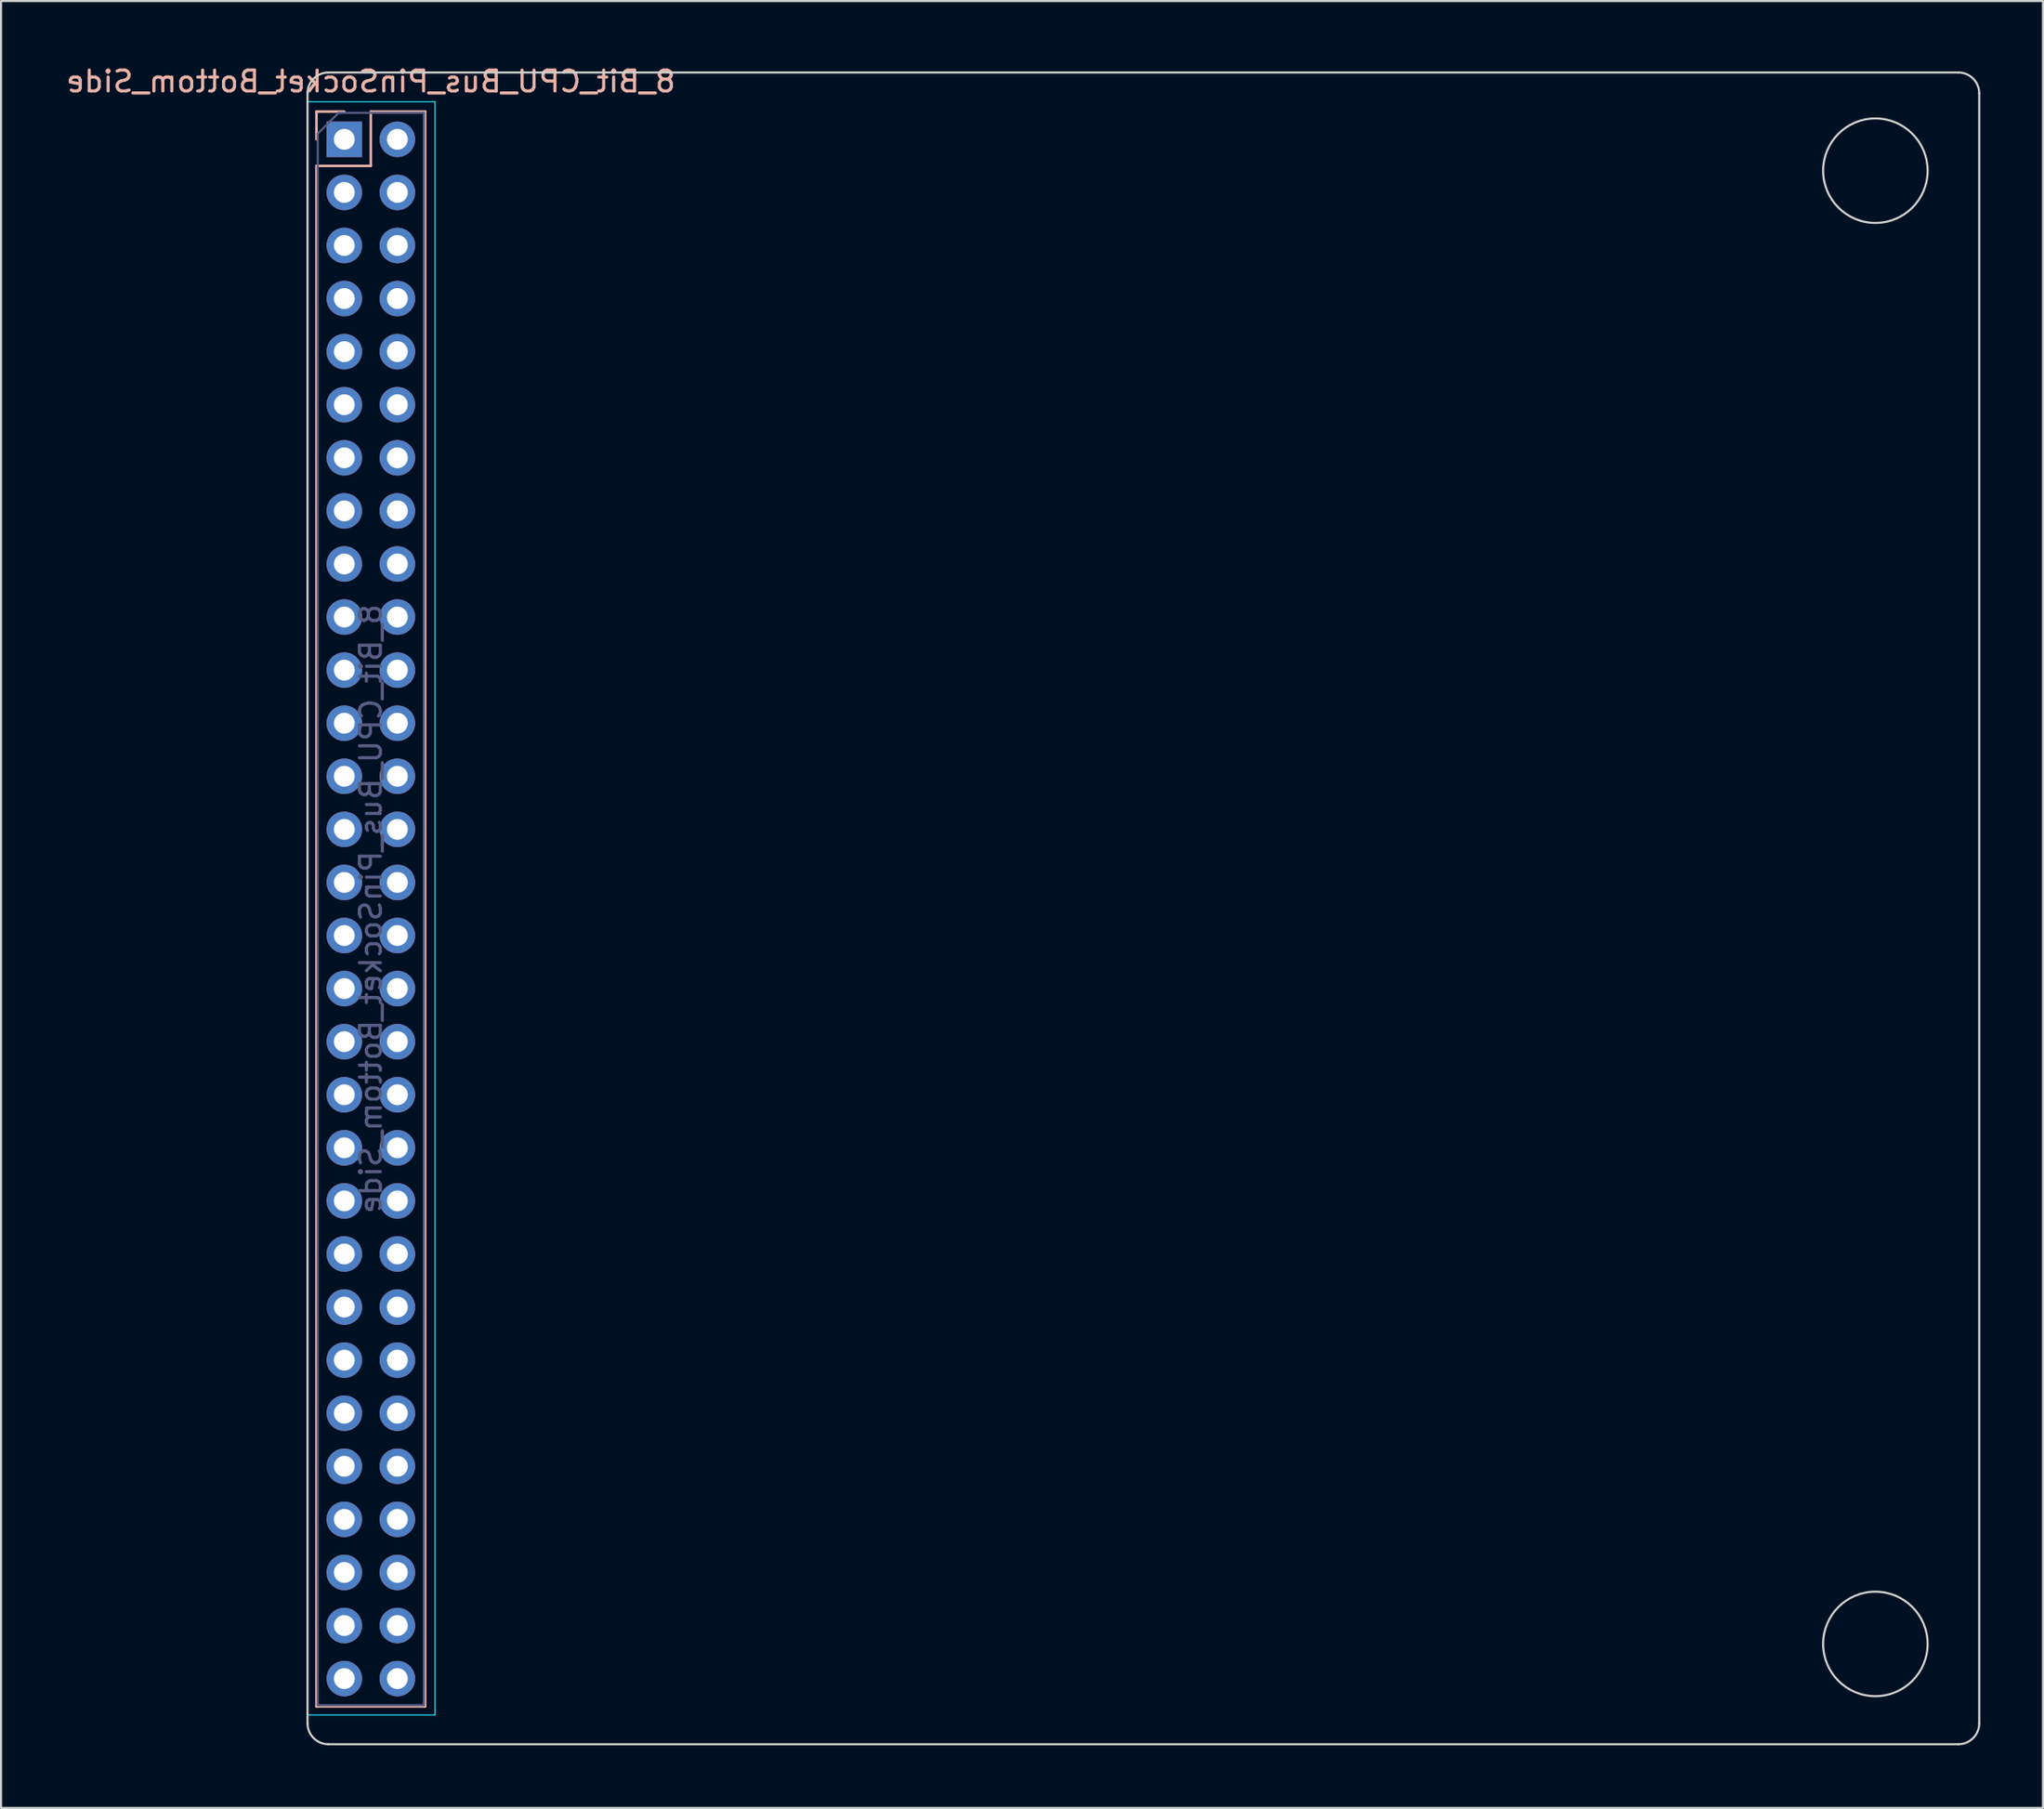
<source format=kicad_pcb>
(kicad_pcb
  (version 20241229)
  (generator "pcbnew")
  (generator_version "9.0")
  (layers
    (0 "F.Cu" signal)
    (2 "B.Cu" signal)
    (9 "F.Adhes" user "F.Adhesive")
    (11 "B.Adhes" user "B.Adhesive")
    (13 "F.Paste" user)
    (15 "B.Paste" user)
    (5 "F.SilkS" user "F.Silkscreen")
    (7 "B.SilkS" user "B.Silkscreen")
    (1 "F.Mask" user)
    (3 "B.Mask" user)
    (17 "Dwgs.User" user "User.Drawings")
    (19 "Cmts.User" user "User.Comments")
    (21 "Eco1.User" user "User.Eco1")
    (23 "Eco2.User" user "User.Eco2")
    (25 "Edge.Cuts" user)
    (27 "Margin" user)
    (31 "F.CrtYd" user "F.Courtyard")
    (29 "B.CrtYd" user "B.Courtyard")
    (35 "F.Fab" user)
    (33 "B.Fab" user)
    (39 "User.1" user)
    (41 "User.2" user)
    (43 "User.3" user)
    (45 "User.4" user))
  (footprint "8_Bit_CPU_Bus_PinSocket_Bottom_Side"
    (layer "F.Cu")
    (at 14.696 3.618)
    (property "Reference" "8_Bit_CPU_Bus_PinSocket_Bottom_Side" (at 0 -2.77 0) (layer "B.SilkS") (effects (font (size 1 1) (thickness 0.15)) (justify mirror)))
    (attr through_hole)
    (fp_line (start -2.6 -1.33) (end -1.27 -1.33) (stroke (width 0.12) (type solid)) (layer "B.SilkS"))
    (fp_line (start -2.6 0) (end -2.6 -1.33) (stroke (width 0.12) (type solid)) (layer "B.SilkS"))
    (fp_line (start -2.6 1.27) (end 0 1.27) (stroke (width 0.12) (type solid)) (layer "B.SilkS"))
    (fp_line (start -2.6 74.99) (end -2.6 1.27) (stroke (width 0.12) (type solid)) (layer "B.SilkS"))
    (fp_line (start -2.6 74.99) (end 2.6 74.99) (stroke (width 0.12) (type solid)) (layer "B.SilkS"))
    (fp_line (start 0 -1.33) (end 2.6 -1.33) (stroke (width 0.12) (type solid)) (layer "B.SilkS"))
    (fp_line (start 0 1.27) (end 0 -1.33) (stroke (width 0.12) (type solid)) (layer "B.SilkS"))
    (fp_line (start 2.6 74.99) (end 2.6 -1.33) (stroke (width 0.12) (type solid)) (layer "B.SilkS"))
    (fp_line (start -3.03 75.8) (end -3.03 -2.2) (stroke (width 0.1) (type default)) (layer "Edge.Cuts"))
    (fp_line (start -2.03 -3.2) (end 75.97 -3.2) (stroke (width 0.1) (type default)) (layer "Edge.Cuts"))
    (fp_line (start 75.97 76.8) (end -2.03 76.8) (stroke (width 0.1) (type default)) (layer "Edge.Cuts"))
    (fp_line (start 76.97 -2.2) (end 76.97 75.8) (stroke (width 0.1) (type default)) (layer "Edge.Cuts"))
    (fp_arc (start -3.03 -2.2) (mid -2.737107 -2.907107) (end -2.03 -3.2) (stroke (width 0.1) (type default)) (layer "Edge.Cuts"))
    (fp_arc (start -2.03 76.8) (mid -2.737107 76.507107) (end -3.03 75.8) (stroke (width 0.1) (type default)) (layer "Edge.Cuts"))
    (fp_arc (start 75.97 -3.2) (mid 76.677107 -2.907107) (end 76.97 -2.2) (stroke (width 0.1) (type default)) (layer "Edge.Cuts"))
    (fp_arc (start 76.97 75.8) (mid 76.677107 76.507107) (end 75.97 76.8) (stroke (width 0.1) (type default)) (layer "Edge.Cuts"))
    (fp_circle (center 72 1.5) (end 74.5 1.5) (stroke (width 0.1) (type default)) (fill no) (layer "Edge.Cuts"))
    (fp_circle (center 72 72) (end 74.5 72) (stroke (width 0.1) (type default)) (fill no) (layer "Edge.Cuts"))
    (fp_line (start -3.03 -1.8) (end 3.07 -1.8) (stroke (width 0.05) (type solid)) (layer "B.CrtYd"))
    (fp_line (start -3.03 75.4) (end -3.03 -1.8) (stroke (width 0.05) (type solid)) (layer "B.CrtYd"))
    (fp_line (start 3.07 -1.8) (end 3.07 75.4) (stroke (width 0.05) (type solid)) (layer "B.CrtYd"))
    (fp_line (start 3.07 75.4) (end -3.03 75.4) (stroke (width 0.05) (type solid)) (layer "B.CrtYd"))
    (fp_line (start -2.54 -0.27) (end -1.54 -1.27) (stroke (width 0.1) (type solid)) (layer "B.Fab"))
    (fp_line (start -2.54 74.93) (end -2.54 -0.27) (stroke (width 0.1) (type solid)) (layer "B.Fab"))
    (fp_line (start -1.54 -1.27) (end 2.54 -1.27) (stroke (width 0.1) (type solid)) (layer "B.Fab"))
    (fp_line (start 2.54 -1.27) (end 2.54 74.93) (stroke (width 0.1) (type solid)) (layer "B.Fab"))
    (fp_line (start 2.54 74.93) (end -2.54 74.93) (stroke (width 0.1) (type solid)) (layer "B.Fab"))
    (fp_text user "${REFERENCE}" (at 0 36.83 270) (layer "B.Fab") (effects (font (size 1 1) (thickness 0.15)) (justify mirror)))
    (pad "1" thru_hole rect (at -1.27 0) (size 1.7 1.7) (drill 1) (layers "*.Cu" "*.Mask"))
    (pad "2" thru_hole oval (at 1.27 0) (size 1.7 1.7) (drill 1) (layers "*.Cu" "*.Mask"))
    (pad "3" thru_hole oval (at -1.27 2.54) (size 1.7 1.7) (drill 1) (layers "*.Cu" "*.Mask"))
    (pad "4" thru_hole oval (at 1.27 2.54) (size 1.7 1.7) (drill 1) (layers "*.Cu" "*.Mask"))
    (pad "5" thru_hole oval (at -1.27 5.08) (size 1.7 1.7) (drill 1) (layers "*.Cu" "*.Mask"))
    (pad "6" thru_hole oval (at 1.27 5.08) (size 1.7 1.7) (drill 1) (layers "*.Cu" "*.Mask"))
    (pad "7" thru_hole oval (at -1.27 7.62) (size 1.7 1.7) (drill 1) (layers "*.Cu" "*.Mask"))
    (pad "8" thru_hole oval (at 1.27 7.62) (size 1.7 1.7) (drill 1) (layers "*.Cu" "*.Mask"))
    (pad "9" thru_hole oval (at -1.27 10.16) (size 1.7 1.7) (drill 1) (layers "*.Cu" "*.Mask"))
    (pad "10" thru_hole oval (at 1.27 10.16) (size 1.7 1.7) (drill 1) (layers "*.Cu" "*.Mask"))
    (pad "11" thru_hole oval (at -1.27 12.7) (size 1.7 1.7) (drill 1) (layers "*.Cu" "*.Mask"))
    (pad "12" thru_hole oval (at 1.27 12.7) (size 1.7 1.7) (drill 1) (layers "*.Cu" "*.Mask"))
    (pad "13" thru_hole oval (at -1.27 15.24) (size 1.7 1.7) (drill 1) (layers "*.Cu" "*.Mask"))
    (pad "14" thru_hole oval (at 1.27 15.24) (size 1.7 1.7) (drill 1) (layers "*.Cu" "*.Mask"))
    (pad "15" thru_hole oval (at -1.27 17.78) (size 1.7 1.7) (drill 1) (layers "*.Cu" "*.Mask"))
    (pad "16" thru_hole oval (at 1.27 17.78) (size 1.7 1.7) (drill 1) (layers "*.Cu" "*.Mask"))
    (pad "17" thru_hole oval (at -1.27 20.32) (size 1.7 1.7) (drill 1) (layers "*.Cu" "*.Mask"))
    (pad "18" thru_hole oval (at 1.27 20.32) (size 1.7 1.7) (drill 1) (layers "*.Cu" "*.Mask"))
    (pad "19" thru_hole oval (at -1.27 22.86) (size 1.7 1.7) (drill 1) (layers "*.Cu" "*.Mask"))
    (pad "20" thru_hole oval (at 1.27 22.86) (size 1.7 1.7) (drill 1) (layers "*.Cu" "*.Mask"))
    (pad "21" thru_hole oval (at -1.27 25.4) (size 1.7 1.7) (drill 1) (layers "*.Cu" "*.Mask"))
    (pad "22" thru_hole oval (at 1.27 25.4) (size 1.7 1.7) (drill 1) (layers "*.Cu" "*.Mask"))
    (pad "23" thru_hole oval (at -1.27 27.94) (size 1.7 1.7) (drill 1) (layers "*.Cu" "*.Mask"))
    (pad "24" thru_hole oval (at 1.27 27.94) (size 1.7 1.7) (drill 1) (layers "*.Cu" "*.Mask"))
    (pad "25" thru_hole oval (at -1.27 30.48) (size 1.7 1.7) (drill 1) (layers "*.Cu" "*.Mask"))
    (pad "26" thru_hole oval (at 1.27 30.48) (size 1.7 1.7) (drill 1) (layers "*.Cu" "*.Mask"))
    (pad "27" thru_hole oval (at -1.27 33.02) (size 1.7 1.7) (drill 1) (layers "*.Cu" "*.Mask"))
    (pad "28" thru_hole oval (at 1.27 33.02) (size 1.7 1.7) (drill 1) (layers "*.Cu" "*.Mask"))
    (pad "29" thru_hole oval (at -1.27 35.56) (size 1.7 1.7) (drill 1) (layers "*.Cu" "*.Mask"))
    (pad "30" thru_hole oval (at 1.27 35.56) (size 1.7 1.7) (drill 1) (layers "*.Cu" "*.Mask"))
    (pad "31" thru_hole oval (at -1.27 38.1) (size 1.7 1.7) (drill 1) (layers "*.Cu" "*.Mask"))
    (pad "32" thru_hole oval (at 1.27 38.1) (size 1.7 1.7) (drill 1) (layers "*.Cu" "*.Mask"))
    (pad "33" thru_hole oval (at -1.27 40.64) (size 1.7 1.7) (drill 1) (layers "*.Cu" "*.Mask"))
    (pad "34" thru_hole oval (at 1.27 40.64) (size 1.7 1.7) (drill 1) (layers "*.Cu" "*.Mask"))
    (pad "35" thru_hole oval (at -1.27 43.18) (size 1.7 1.7) (drill 1) (layers "*.Cu" "*.Mask"))
    (pad "36" thru_hole oval (at 1.27 43.18) (size 1.7 1.7) (drill 1) (layers "*.Cu" "*.Mask"))
    (pad "37" thru_hole oval (at -1.27 45.72) (size 1.7 1.7) (drill 1) (layers "*.Cu" "*.Mask"))
    (pad "38" thru_hole oval (at 1.27 45.72) (size 1.7 1.7) (drill 1) (layers "*.Cu" "*.Mask"))
    (pad "39" thru_hole oval (at -1.27 48.26) (size 1.7 1.7) (drill 1) (layers "*.Cu" "*.Mask"))
    (pad "40" thru_hole oval (at 1.27 48.26) (size 1.7 1.7) (drill 1) (layers "*.Cu" "*.Mask"))
    (pad "41" thru_hole oval (at -1.27 50.8) (size 1.7 1.7) (drill 1) (layers "*.Cu" "*.Mask"))
    (pad "42" thru_hole oval (at 1.27 50.8) (size 1.7 1.7) (drill 1) (layers "*.Cu" "*.Mask"))
    (pad "43" thru_hole oval (at -1.27 53.34) (size 1.7 1.7) (drill 1) (layers "*.Cu" "*.Mask"))
    (pad "44" thru_hole oval (at 1.27 53.34) (size 1.7 1.7) (drill 1) (layers "*.Cu" "*.Mask"))
    (pad "45" thru_hole oval (at -1.27 55.88) (size 1.7 1.7) (drill 1) (layers "*.Cu" "*.Mask"))
    (pad "46" thru_hole oval (at 1.27 55.88) (size 1.7 1.7) (drill 1) (layers "*.Cu" "*.Mask"))
    (pad "47" thru_hole oval (at -1.27 58.42) (size 1.7 1.7) (drill 1) (layers "*.Cu" "*.Mask"))
    (pad "48" thru_hole oval (at 1.27 58.42) (size 1.7 1.7) (drill 1) (layers "*.Cu" "*.Mask"))
    (pad "49" thru_hole oval (at -1.27 60.96) (size 1.7 1.7) (drill 1) (layers "*.Cu" "*.Mask"))
    (pad "50" thru_hole oval (at 1.27 60.96) (size 1.7 1.7) (drill 1) (layers "*.Cu" "*.Mask"))
    (pad "51" thru_hole oval (at -1.27 63.5) (size 1.7 1.7) (drill 1) (layers "*.Cu" "*.Mask"))
    (pad "52" thru_hole oval (at 1.27 63.5) (size 1.7 1.7) (drill 1) (layers "*.Cu" "*.Mask"))
    (pad "53" thru_hole oval (at -1.27 66.04) (size 1.7 1.7) (drill 1) (layers "*.Cu" "*.Mask"))
    (pad "54" thru_hole oval (at 1.27 66.04) (size 1.7 1.7) (drill 1) (layers "*.Cu" "*.Mask"))
    (pad "55" thru_hole oval (at -1.27 68.58) (size 1.7 1.7) (drill 1) (layers "*.Cu" "*.Mask"))
    (pad "56" thru_hole oval (at 1.27 68.58) (size 1.7 1.7) (drill 1) (layers "*.Cu" "*.Mask"))
    (pad "57" thru_hole oval (at -1.27 71.12) (size 1.7 1.7) (drill 1) (layers "*.Cu" "*.Mask"))
    (pad "58" thru_hole oval (at 1.27 71.12) (size 1.7 1.7) (drill 1) (layers "*.Cu" "*.Mask"))
    (pad "59" thru_hole oval (at -1.27 73.66) (size 1.7 1.7) (drill 1) (layers "*.Cu" "*.Mask"))
    (pad "60" thru_hole oval (at 1.27 73.66) (size 1.7 1.7) (drill 1) (layers "*.Cu" "*.Mask")))
  (gr_rect
    (start -3 -3)
    (end 94.716 83.468)
    (stroke (width 0.1) (type default))
    (fill no)
    (layer "Edge.Cuts")))
</source>
